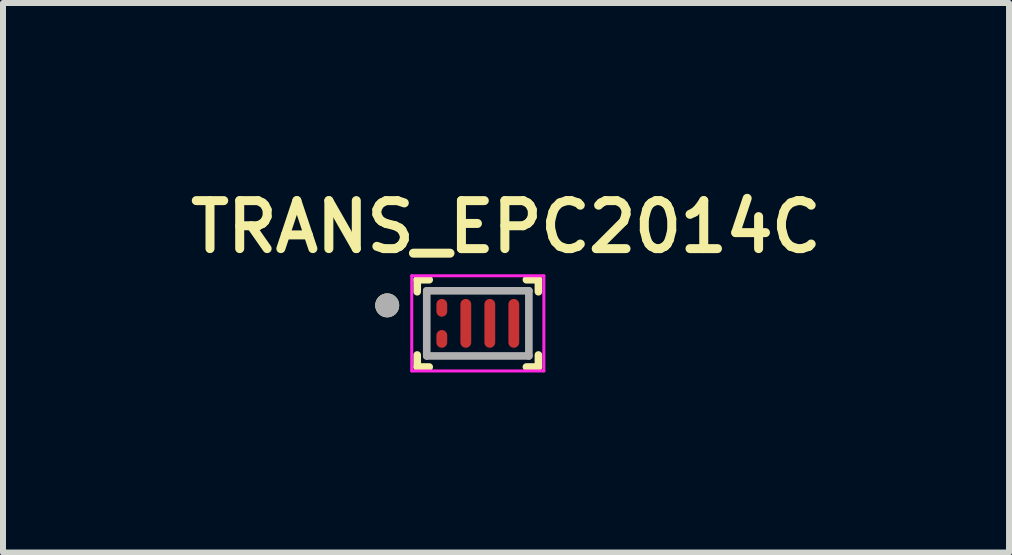
<source format=kicad_pcb>
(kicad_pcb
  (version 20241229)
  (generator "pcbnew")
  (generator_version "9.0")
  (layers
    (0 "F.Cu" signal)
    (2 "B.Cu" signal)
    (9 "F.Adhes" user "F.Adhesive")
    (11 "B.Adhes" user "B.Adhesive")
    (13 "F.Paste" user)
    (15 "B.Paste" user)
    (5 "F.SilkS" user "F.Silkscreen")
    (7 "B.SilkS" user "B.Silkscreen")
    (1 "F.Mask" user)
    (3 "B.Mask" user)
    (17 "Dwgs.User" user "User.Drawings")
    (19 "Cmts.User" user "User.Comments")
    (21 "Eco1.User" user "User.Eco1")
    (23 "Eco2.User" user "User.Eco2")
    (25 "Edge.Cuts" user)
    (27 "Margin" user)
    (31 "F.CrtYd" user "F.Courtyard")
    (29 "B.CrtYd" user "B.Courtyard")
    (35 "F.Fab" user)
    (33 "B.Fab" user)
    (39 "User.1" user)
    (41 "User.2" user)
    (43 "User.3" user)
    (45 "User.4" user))
  (footprint "TRANS_EPC2014C"
    (layer "F.Cu")
    (at 4.913 2.339)
    (property "Reference" "TRANS_EPC2014C" (at 0.47 -1.608 0) (layer "F.SilkS") (effects (font (size 0.8 0.8) (thickness 0.15))))
    (attr smd)
    (fp_poly (pts (xy -0.69 -0.199) (xy -0.69 -0.319) (xy -0.69 -0.328) (xy -0.688 -0.338) (xy -0.686 -0.347) (xy -0.682 -0.356) (xy -0.678 -0.364) (xy -0.673 -0.372) (xy -0.667 -0.379) (xy -0.66 -0.386) (xy -0.653 -0.392) (xy -0.645 -0.397) (xy -0.637 -0.401) (xy -0.628 -0.405) (xy -0.619 -0.407) (xy -0.609 -0.409) (xy -0.6 -0.409) (xy -0.591 -0.409) (xy -0.581 -0.407) (xy -0.572 -0.405) (xy -0.563 -0.401) (xy -0.555 -0.397) (xy -0.547 -0.392) (xy -0.54 -0.386) (xy -0.533 -0.379) (xy -0.527 -0.372) (xy -0.522 -0.364) (xy -0.518 -0.356) (xy -0.514 -0.347) (xy -0.512 -0.338) (xy -0.51 -0.328) (xy -0.51 -0.319) (xy -0.51 -0.199) (xy -0.51 -0.19) (xy -0.512 -0.18) (xy -0.514 -0.171) (xy -0.518 -0.162) (xy -0.522 -0.154) (xy -0.527 -0.146) (xy -0.533 -0.139) (xy -0.54 -0.132) (xy -0.547 -0.126) (xy -0.555 -0.121) (xy -0.563 -0.117) (xy -0.572 -0.113) (xy -0.581 -0.111) (xy -0.591 -0.109) (xy -0.6 -0.109) (xy -0.609 -0.109) (xy -0.619 -0.111) (xy -0.628 -0.113) (xy -0.637 -0.117) (xy -0.645 -0.121) (xy -0.653 -0.126) (xy -0.66 -0.132) (xy -0.667 -0.139) (xy -0.673 -0.146) (xy -0.678 -0.154) (xy -0.682 -0.162) (xy -0.686 -0.171) (xy -0.688 -0.18) (xy -0.69 -0.19) (xy -0.69 -0.199)) (stroke (width 0.0001) (type solid)) (fill yes) (layer "F.Mask"))
    (fp_poly (pts (xy -0.69 0.319) (xy -0.69 0.199) (xy -0.69 0.19) (xy -0.688 0.18) (xy -0.686 0.171) (xy -0.682 0.162) (xy -0.678 0.154) (xy -0.673 0.146) (xy -0.667 0.139) (xy -0.66 0.132) (xy -0.653 0.126) (xy -0.645 0.121) (xy -0.637 0.117) (xy -0.628 0.113) (xy -0.619 0.111) (xy -0.609 0.109) (xy -0.6 0.109) (xy -0.591 0.109) (xy -0.581 0.111) (xy -0.572 0.113) (xy -0.563 0.117) (xy -0.555 0.121) (xy -0.547 0.126) (xy -0.54 0.132) (xy -0.533 0.139) (xy -0.527 0.146) (xy -0.522 0.154) (xy -0.518 0.162) (xy -0.514 0.171) (xy -0.512 0.18) (xy -0.51 0.19) (xy -0.51 0.199) (xy -0.51 0.319) (xy -0.51 0.328) (xy -0.512 0.338) (xy -0.514 0.347) (xy -0.518 0.356) (xy -0.522 0.364) (xy -0.527 0.372) (xy -0.533 0.379) (xy -0.54 0.386) (xy -0.547 0.392) (xy -0.555 0.397) (xy -0.563 0.401) (xy -0.572 0.405) (xy -0.581 0.407) (xy -0.591 0.409) (xy -0.6 0.409) (xy -0.609 0.409) (xy -0.619 0.407) (xy -0.628 0.405) (xy -0.637 0.401) (xy -0.645 0.397) (xy -0.653 0.392) (xy -0.66 0.386) (xy -0.667 0.379) (xy -0.673 0.372) (xy -0.678 0.364) (xy -0.682 0.356) (xy -0.686 0.347) (xy -0.688 0.338) (xy -0.69 0.328) (xy -0.69 0.319)) (stroke (width 0.0001) (type solid)) (fill yes) (layer "F.Mask"))
    (fp_poly (pts (xy -0.29 0.32) (xy -0.29 -0.32) (xy -0.289 -0.329) (xy -0.287 -0.339) (xy -0.285 -0.348) (xy -0.281 -0.356) (xy -0.277 -0.364) (xy -0.271 -0.372) (xy -0.265 -0.379) (xy -0.258 -0.386) (xy -0.251 -0.391) (xy -0.243 -0.396) (xy -0.234 -0.4) (xy -0.225 -0.403) (xy -0.216 -0.405) (xy -0.207 -0.407) (xy -0.198 -0.407) (xy -0.188 -0.406) (xy -0.179 -0.405) (xy -0.17 -0.402) (xy -0.161 -0.398) (xy -0.153 -0.394) (xy -0.145 -0.389) (xy -0.138 -0.383) (xy -0.132 -0.376) (xy -0.126 -0.368) (xy -0.121 -0.36) (xy -0.117 -0.352) (xy -0.114 -0.343) (xy -0.112 -0.334) (xy -0.11 -0.325) (xy -0.11 -0.315) (xy -0.11 0.32) (xy -0.111 0.329) (xy -0.112 0.338) (xy -0.115 0.347) (xy -0.118 0.355) (xy -0.123 0.364) (xy -0.128 0.371) (xy -0.134 0.379) (xy -0.14 0.385) (xy -0.148 0.391) (xy -0.155 0.396) (xy -0.164 0.4) (xy -0.172 0.404) (xy -0.181 0.406) (xy -0.191 0.407) (xy -0.2 0.408) (xy -0.209 0.407) (xy -0.219 0.406) (xy -0.228 0.404) (xy -0.236 0.4) (xy -0.245 0.396) (xy -0.252 0.391) (xy -0.26 0.385) (xy -0.266 0.379) (xy -0.272 0.371) (xy -0.277 0.364) (xy -0.282 0.355) (xy -0.285 0.347) (xy -0.288 0.338) (xy -0.289 0.329) (xy -0.29 0.32)) (stroke (width 0.0001) (type solid)) (fill yes) (layer "F.Mask"))
    (fp_poly (pts (xy 0.11 0.32) (xy 0.11 -0.32) (xy 0.111 -0.329) (xy 0.113 -0.339) (xy 0.115 -0.348) (xy 0.119 -0.356) (xy 0.123 -0.364) (xy 0.129 -0.372) (xy 0.135 -0.379) (xy 0.142 -0.386) (xy 0.149 -0.391) (xy 0.157 -0.396) (xy 0.166 -0.4) (xy 0.175 -0.403) (xy 0.184 -0.405) (xy 0.193 -0.407) (xy 0.202 -0.407) (xy 0.212 -0.406) (xy 0.221 -0.405) (xy 0.23 -0.402) (xy 0.239 -0.398) (xy 0.247 -0.394) (xy 0.255 -0.389) (xy 0.262 -0.383) (xy 0.268 -0.376) (xy 0.274 -0.368) (xy 0.279 -0.36) (xy 0.283 -0.352) (xy 0.286 -0.343) (xy 0.288 -0.334) (xy 0.29 -0.325) (xy 0.29 -0.315) (xy 0.29 0.32) (xy 0.289 0.329) (xy 0.288 0.338) (xy 0.285 0.347) (xy 0.282 0.355) (xy 0.277 0.364) (xy 0.272 0.371) (xy 0.266 0.379) (xy 0.26 0.385) (xy 0.252 0.391) (xy 0.245 0.396) (xy 0.236 0.4) (xy 0.228 0.404) (xy 0.219 0.406) (xy 0.209 0.407) (xy 0.2 0.408) (xy 0.191 0.407) (xy 0.181 0.406) (xy 0.172 0.404) (xy 0.164 0.4) (xy 0.155 0.396) (xy 0.148 0.391) (xy 0.14 0.385) (xy 0.134 0.379) (xy 0.128 0.371) (xy 0.123 0.364) (xy 0.118 0.355) (xy 0.115 0.347) (xy 0.112 0.338) (xy 0.111 0.329) (xy 0.11 0.32)) (stroke (width 0.0001) (type solid)) (fill yes) (layer "F.Mask"))
    (fp_poly (pts (xy 0.51 0.32) (xy 0.51 -0.32) (xy 0.511 -0.329) (xy 0.513 -0.339) (xy 0.515 -0.348) (xy 0.519 -0.356) (xy 0.523 -0.364) (xy 0.529 -0.372) (xy 0.535 -0.379) (xy 0.542 -0.386) (xy 0.549 -0.391) (xy 0.557 -0.396) (xy 0.566 -0.4) (xy 0.575 -0.403) (xy 0.584 -0.405) (xy 0.593 -0.407) (xy 0.602 -0.407) (xy 0.612 -0.406) (xy 0.621 -0.405) (xy 0.63 -0.402) (xy 0.639 -0.398) (xy 0.647 -0.394) (xy 0.655 -0.389) (xy 0.662 -0.383) (xy 0.668 -0.376) (xy 0.674 -0.368) (xy 0.679 -0.36) (xy 0.683 -0.352) (xy 0.686 -0.343) (xy 0.688 -0.334) (xy 0.69 -0.325) (xy 0.69 -0.315) (xy 0.69 0.32) (xy 0.689 0.329) (xy 0.688 0.338) (xy 0.685 0.347) (xy 0.682 0.355) (xy 0.677 0.364) (xy 0.672 0.371) (xy 0.666 0.379) (xy 0.66 0.385) (xy 0.652 0.391) (xy 0.645 0.396) (xy 0.636 0.4) (xy 0.628 0.404) (xy 0.619 0.406) (xy 0.609 0.407) (xy 0.6 0.408) (xy 0.591 0.407) (xy 0.581 0.406) (xy 0.572 0.404) (xy 0.564 0.4) (xy 0.555 0.396) (xy 0.548 0.391) (xy 0.54 0.385) (xy 0.534 0.379) (xy 0.528 0.371) (xy 0.523 0.364) (xy 0.518 0.355) (xy 0.515 0.347) (xy 0.512 0.338) (xy 0.511 0.329) (xy 0.51 0.32)) (stroke (width 0.0001) (type solid)) (fill yes) (layer "F.Mask"))
    (fp_line (start -1.01 -0.727) (end -0.81 -0.727) (stroke (width 0.127) (type solid)) (layer "F.SilkS"))
    (fp_line (start -1.01 -0.527) (end -1.01 -0.727) (stroke (width 0.127) (type solid)) (layer "F.SilkS"))
    (fp_line (start -1.01 0.527) (end -1.01 0.727) (stroke (width 0.127) (type solid)) (layer "F.SilkS"))
    (fp_line (start -1.01 0.727) (end -0.81 0.727) (stroke (width 0.127) (type solid)) (layer "F.SilkS"))
    (fp_line (start 1.01 -0.727) (end 0.81 -0.727) (stroke (width 0.127) (type solid)) (layer "F.SilkS"))
    (fp_line (start 1.01 -0.527) (end 1.01 -0.727) (stroke (width 0.127) (type solid)) (layer "F.SilkS"))
    (fp_line (start 1.01 0.527) (end 1.01 0.727) (stroke (width 0.127) (type solid)) (layer "F.SilkS"))
    (fp_line (start 1.01 0.727) (end 0.81 0.727) (stroke (width 0.127) (type solid)) (layer "F.SilkS"))
    (fp_circle (center -1.51 -0.3) (end -1.41 -0.3) (stroke (width 0.2) (type solid)) (fill no) (layer "F.SilkS"))
    (fp_poly (pts (xy -0.69 -0.347) (xy -0.69 -0.35) (xy -0.69 -0.353) (xy -0.689 -0.356) (xy -0.689 -0.359) (xy -0.688 -0.363) (xy -0.687 -0.366) (xy -0.686 -0.369) (xy -0.685 -0.371) (xy -0.683 -0.374) (xy -0.682 -0.377) (xy -0.68 -0.38) (xy -0.679 -0.382) (xy -0.677 -0.385) (xy -0.675 -0.387) (xy -0.672 -0.389) (xy -0.67 -0.392) (xy -0.668 -0.394) (xy -0.665 -0.396) (xy -0.663 -0.397) (xy -0.66 -0.399) (xy -0.657 -0.4) (xy -0.654 -0.402) (xy -0.652 -0.403) (xy -0.649 -0.404) (xy -0.646 -0.405) (xy -0.642 -0.406) (xy -0.639 -0.406) (xy -0.636 -0.407) (xy -0.633 -0.407) (xy -0.63 -0.407) (xy -0.57 -0.407) (xy -0.567 -0.407) (xy -0.564 -0.407) (xy -0.561 -0.406) (xy -0.558 -0.406) (xy -0.554 -0.405) (xy -0.551 -0.404) (xy -0.548 -0.403) (xy -0.546 -0.402) (xy -0.543 -0.4) (xy -0.54 -0.399) (xy -0.537 -0.397) (xy -0.535 -0.396) (xy -0.532 -0.394) (xy -0.53 -0.392) (xy -0.528 -0.389) (xy -0.525 -0.387) (xy -0.523 -0.385) (xy -0.521 -0.382) (xy -0.52 -0.38) (xy -0.518 -0.377) (xy -0.517 -0.374) (xy -0.515 -0.371) (xy -0.514 -0.369) (xy -0.513 -0.366) (xy -0.512 -0.363) (xy -0.511 -0.359) (xy -0.511 -0.356) (xy -0.51 -0.353) (xy -0.51 -0.35) (xy -0.51 -0.347) (xy -0.51 -0.171) (xy -0.51 -0.168) (xy -0.51 -0.165) (xy -0.511 -0.162) (xy -0.511 -0.159) (xy -0.512 -0.155) (xy -0.513 -0.152) (xy -0.514 -0.149) (xy -0.515 -0.147) (xy -0.517 -0.144) (xy -0.518 -0.141) (xy -0.52 -0.138) (xy -0.521 -0.136) (xy -0.523 -0.133) (xy -0.525 -0.131) (xy -0.528 -0.129) (xy -0.53 -0.126) (xy -0.532 -0.124) (xy -0.535 -0.122) (xy -0.537 -0.121) (xy -0.54 -0.119) (xy -0.543 -0.118) (xy -0.546 -0.116) (xy -0.548 -0.115) (xy -0.551 -0.114) (xy -0.554 -0.113) (xy -0.558 -0.112) (xy -0.561 -0.112) (xy -0.564 -0.111) (xy -0.567 -0.111) (xy -0.57 -0.111) (xy -0.63 -0.111) (xy -0.633 -0.111) (xy -0.636 -0.111) (xy -0.639 -0.112) (xy -0.642 -0.112) (xy -0.646 -0.113) (xy -0.649 -0.114) (xy -0.652 -0.115) (xy -0.654 -0.116) (xy -0.657 -0.118) (xy -0.66 -0.119) (xy -0.663 -0.121) (xy -0.665 -0.122) (xy -0.668 -0.124) (xy -0.67 -0.126) (xy -0.672 -0.129) (xy -0.675 -0.131) (xy -0.677 -0.133) (xy -0.679 -0.136) (xy -0.68 -0.138) (xy -0.682 -0.141) (xy -0.683 -0.144) (xy -0.685 -0.147) (xy -0.686 -0.149) (xy -0.687 -0.152) (xy -0.688 -0.155) (xy -0.689 -0.159) (xy -0.689 -0.162) (xy -0.69 -0.165) (xy -0.69 -0.168) (xy -0.69 -0.171) (xy -0.69 -0.347)) (stroke (width 0.0001) (type solid)) (fill yes) (layer "F.Paste"))
    (fp_poly (pts (xy -0.69 0.171) (xy -0.69 0.168) (xy -0.69 0.165) (xy -0.689 0.162) (xy -0.689 0.159) (xy -0.688 0.155) (xy -0.687 0.152) (xy -0.686 0.149) (xy -0.685 0.147) (xy -0.683 0.144) (xy -0.682 0.141) (xy -0.68 0.138) (xy -0.679 0.136) (xy -0.677 0.133) (xy -0.675 0.131) (xy -0.672 0.129) (xy -0.67 0.126) (xy -0.668 0.124) (xy -0.665 0.122) (xy -0.663 0.121) (xy -0.66 0.119) (xy -0.657 0.118) (xy -0.654 0.116) (xy -0.652 0.115) (xy -0.649 0.114) (xy -0.646 0.113) (xy -0.642 0.112) (xy -0.639 0.112) (xy -0.636 0.111) (xy -0.633 0.111) (xy -0.63 0.111) (xy -0.57 0.111) (xy -0.567 0.111) (xy -0.564 0.111) (xy -0.561 0.112) (xy -0.558 0.112) (xy -0.554 0.113) (xy -0.551 0.114) (xy -0.548 0.115) (xy -0.546 0.116) (xy -0.543 0.118) (xy -0.54 0.119) (xy -0.537 0.121) (xy -0.535 0.122) (xy -0.532 0.124) (xy -0.53 0.126) (xy -0.528 0.129) (xy -0.525 0.131) (xy -0.523 0.133) (xy -0.521 0.136) (xy -0.52 0.138) (xy -0.518 0.141) (xy -0.517 0.144) (xy -0.515 0.147) (xy -0.514 0.149) (xy -0.513 0.152) (xy -0.512 0.155) (xy -0.511 0.159) (xy -0.511 0.162) (xy -0.51 0.165) (xy -0.51 0.168) (xy -0.51 0.171) (xy -0.51 0.347) (xy -0.51 0.35) (xy -0.51 0.353) (xy -0.511 0.356) (xy -0.511 0.359) (xy -0.512 0.363) (xy -0.513 0.366) (xy -0.514 0.369) (xy -0.515 0.371) (xy -0.517 0.374) (xy -0.518 0.377) (xy -0.52 0.38) (xy -0.521 0.382) (xy -0.523 0.385) (xy -0.525 0.387) (xy -0.528 0.389) (xy -0.53 0.392) (xy -0.532 0.394) (xy -0.535 0.396) (xy -0.537 0.397) (xy -0.54 0.399) (xy -0.543 0.4) (xy -0.546 0.402) (xy -0.548 0.403) (xy -0.551 0.404) (xy -0.554 0.405) (xy -0.558 0.406) (xy -0.561 0.406) (xy -0.564 0.407) (xy -0.567 0.407) (xy -0.57 0.407) (xy -0.63 0.407) (xy -0.633 0.407) (xy -0.636 0.407) (xy -0.639 0.406) (xy -0.642 0.406) (xy -0.646 0.405) (xy -0.649 0.404) (xy -0.652 0.403) (xy -0.654 0.402) (xy -0.657 0.4) (xy -0.66 0.399) (xy -0.663 0.397) (xy -0.665 0.396) (xy -0.668 0.394) (xy -0.67 0.392) (xy -0.672 0.389) (xy -0.675 0.387) (xy -0.677 0.385) (xy -0.679 0.382) (xy -0.68 0.38) (xy -0.682 0.377) (xy -0.683 0.374) (xy -0.685 0.371) (xy -0.686 0.369) (xy -0.687 0.366) (xy -0.688 0.363) (xy -0.689 0.359) (xy -0.689 0.356) (xy -0.69 0.353) (xy -0.69 0.35) (xy -0.69 0.347) (xy -0.69 0.171)) (stroke (width 0.0001) (type solid)) (fill yes) (layer "F.Paste"))
    (fp_poly (pts (xy -0.29 -0.347) (xy -0.29 -0.35) (xy -0.29 -0.353) (xy -0.289 -0.356) (xy -0.289 -0.359) (xy -0.288 -0.363) (xy -0.287 -0.366) (xy -0.286 -0.369) (xy -0.285 -0.371) (xy -0.283 -0.374) (xy -0.282 -0.377) (xy -0.28 -0.38) (xy -0.279 -0.382) (xy -0.277 -0.385) (xy -0.275 -0.387) (xy -0.272 -0.389) (xy -0.27 -0.392) (xy -0.268 -0.394) (xy -0.265 -0.396) (xy -0.263 -0.397) (xy -0.26 -0.399) (xy -0.257 -0.4) (xy -0.254 -0.402) (xy -0.252 -0.403) (xy -0.249 -0.404) (xy -0.246 -0.405) (xy -0.242 -0.406) (xy -0.239 -0.406) (xy -0.236 -0.407) (xy -0.233 -0.407) (xy -0.23 -0.407) (xy -0.17 -0.407) (xy -0.167 -0.407) (xy -0.164 -0.407) (xy -0.161 -0.406) (xy -0.158 -0.406) (xy -0.154 -0.405) (xy -0.151 -0.404) (xy -0.148 -0.403) (xy -0.146 -0.402) (xy -0.143 -0.4) (xy -0.14 -0.399) (xy -0.137 -0.397) (xy -0.135 -0.396) (xy -0.132 -0.394) (xy -0.13 -0.392) (xy -0.128 -0.389) (xy -0.125 -0.387) (xy -0.123 -0.385) (xy -0.121 -0.382) (xy -0.12 -0.38) (xy -0.118 -0.377) (xy -0.117 -0.374) (xy -0.115 -0.371) (xy -0.114 -0.369) (xy -0.113 -0.366) (xy -0.112 -0.363) (xy -0.111 -0.359) (xy -0.111 -0.356) (xy -0.11 -0.353) (xy -0.11 -0.35) (xy -0.11 -0.347) (xy -0.11 0.347) (xy -0.11 0.35) (xy -0.11 0.353) (xy -0.111 0.356) (xy -0.111 0.359) (xy -0.112 0.363) (xy -0.113 0.366) (xy -0.114 0.369) (xy -0.115 0.371) (xy -0.117 0.374) (xy -0.118 0.377) (xy -0.12 0.38) (xy -0.121 0.382) (xy -0.123 0.385) (xy -0.125 0.387) (xy -0.128 0.389) (xy -0.13 0.392) (xy -0.132 0.394) (xy -0.135 0.396) (xy -0.137 0.397) (xy -0.14 0.399) (xy -0.143 0.4) (xy -0.146 0.402) (xy -0.148 0.403) (xy -0.151 0.404) (xy -0.154 0.405) (xy -0.158 0.406) (xy -0.161 0.406) (xy -0.164 0.407) (xy -0.167 0.407) (xy -0.17 0.407) (xy -0.23 0.407) (xy -0.233 0.407) (xy -0.236 0.407) (xy -0.239 0.406) (xy -0.242 0.406) (xy -0.246 0.405) (xy -0.249 0.404) (xy -0.252 0.403) (xy -0.254 0.402) (xy -0.257 0.4) (xy -0.26 0.399) (xy -0.263 0.397) (xy -0.265 0.396) (xy -0.268 0.394) (xy -0.27 0.392) (xy -0.272 0.389) (xy -0.275 0.387) (xy -0.277 0.385) (xy -0.279 0.382) (xy -0.28 0.38) (xy -0.282 0.377) (xy -0.283 0.374) (xy -0.285 0.371) (xy -0.286 0.369) (xy -0.287 0.366) (xy -0.288 0.363) (xy -0.289 0.359) (xy -0.289 0.356) (xy -0.29 0.353) (xy -0.29 0.35) (xy -0.29 0.347) (xy -0.29 -0.347)) (stroke (width 0.0001) (type solid)) (fill yes) (layer "F.Paste"))
    (fp_poly (pts (xy 0.11 -0.347) (xy 0.11 -0.35) (xy 0.11 -0.353) (xy 0.111 -0.356) (xy 0.111 -0.359) (xy 0.112 -0.363) (xy 0.113 -0.366) (xy 0.114 -0.369) (xy 0.115 -0.371) (xy 0.117 -0.374) (xy 0.118 -0.377) (xy 0.12 -0.38) (xy 0.121 -0.382) (xy 0.123 -0.385) (xy 0.125 -0.387) (xy 0.128 -0.389) (xy 0.13 -0.392) (xy 0.132 -0.394) (xy 0.135 -0.396) (xy 0.137 -0.397) (xy 0.14 -0.399) (xy 0.143 -0.4) (xy 0.146 -0.402) (xy 0.148 -0.403) (xy 0.151 -0.404) (xy 0.154 -0.405) (xy 0.158 -0.406) (xy 0.161 -0.406) (xy 0.164 -0.407) (xy 0.167 -0.407) (xy 0.17 -0.407) (xy 0.23 -0.407) (xy 0.233 -0.407) (xy 0.236 -0.407) (xy 0.239 -0.406) (xy 0.242 -0.406) (xy 0.246 -0.405) (xy 0.249 -0.404) (xy 0.252 -0.403) (xy 0.254 -0.402) (xy 0.257 -0.4) (xy 0.26 -0.399) (xy 0.263 -0.397) (xy 0.265 -0.396) (xy 0.268 -0.394) (xy 0.27 -0.392) (xy 0.272 -0.389) (xy 0.275 -0.387) (xy 0.277 -0.385) (xy 0.279 -0.382) (xy 0.28 -0.38) (xy 0.282 -0.377) (xy 0.283 -0.374) (xy 0.285 -0.371) (xy 0.286 -0.369) (xy 0.287 -0.366) (xy 0.288 -0.363) (xy 0.289 -0.359) (xy 0.289 -0.356) (xy 0.29 -0.353) (xy 0.29 -0.35) (xy 0.29 -0.347) (xy 0.29 0.347) (xy 0.29 0.35) (xy 0.29 0.353) (xy 0.289 0.356) (xy 0.289 0.359) (xy 0.288 0.363) (xy 0.287 0.366) (xy 0.286 0.369) (xy 0.285 0.371) (xy 0.283 0.374) (xy 0.282 0.377) (xy 0.28 0.38) (xy 0.279 0.382) (xy 0.277 0.385) (xy 0.275 0.387) (xy 0.272 0.389) (xy 0.27 0.392) (xy 0.268 0.394) (xy 0.265 0.396) (xy 0.263 0.397) (xy 0.26 0.399) (xy 0.257 0.4) (xy 0.254 0.402) (xy 0.252 0.403) (xy 0.249 0.404) (xy 0.246 0.405) (xy 0.242 0.406) (xy 0.239 0.406) (xy 0.236 0.407) (xy 0.233 0.407) (xy 0.23 0.407) (xy 0.17 0.407) (xy 0.167 0.407) (xy 0.164 0.407) (xy 0.161 0.406) (xy 0.158 0.406) (xy 0.154 0.405) (xy 0.151 0.404) (xy 0.148 0.403) (xy 0.146 0.402) (xy 0.143 0.4) (xy 0.14 0.399) (xy 0.137 0.397) (xy 0.135 0.396) (xy 0.132 0.394) (xy 0.13 0.392) (xy 0.128 0.389) (xy 0.125 0.387) (xy 0.123 0.385) (xy 0.121 0.382) (xy 0.12 0.38) (xy 0.118 0.377) (xy 0.117 0.374) (xy 0.115 0.371) (xy 0.114 0.369) (xy 0.113 0.366) (xy 0.112 0.363) (xy 0.111 0.359) (xy 0.111 0.356) (xy 0.11 0.353) (xy 0.11 0.35) (xy 0.11 0.347) (xy 0.11 -0.347)) (stroke (width 0.0001) (type solid)) (fill yes) (layer "F.Paste"))
    (fp_poly (pts (xy 0.51 -0.347) (xy 0.51 -0.35) (xy 0.51 -0.353) (xy 0.511 -0.356) (xy 0.511 -0.359) (xy 0.512 -0.363) (xy 0.513 -0.366) (xy 0.514 -0.369) (xy 0.515 -0.371) (xy 0.517 -0.374) (xy 0.518 -0.377) (xy 0.52 -0.38) (xy 0.521 -0.382) (xy 0.523 -0.385) (xy 0.525 -0.387) (xy 0.528 -0.389) (xy 0.53 -0.392) (xy 0.532 -0.394) (xy 0.535 -0.396) (xy 0.537 -0.397) (xy 0.54 -0.399) (xy 0.543 -0.4) (xy 0.546 -0.402) (xy 0.548 -0.403) (xy 0.551 -0.404) (xy 0.554 -0.405) (xy 0.558 -0.406) (xy 0.561 -0.406) (xy 0.564 -0.407) (xy 0.567 -0.407) (xy 0.57 -0.407) (xy 0.63 -0.407) (xy 0.633 -0.407) (xy 0.636 -0.407) (xy 0.639 -0.406) (xy 0.642 -0.406) (xy 0.646 -0.405) (xy 0.649 -0.404) (xy 0.652 -0.403) (xy 0.654 -0.402) (xy 0.657 -0.4) (xy 0.66 -0.399) (xy 0.663 -0.397) (xy 0.665 -0.396) (xy 0.668 -0.394) (xy 0.67 -0.392) (xy 0.672 -0.389) (xy 0.675 -0.387) (xy 0.677 -0.385) (xy 0.679 -0.382) (xy 0.68 -0.38) (xy 0.682 -0.377) (xy 0.683 -0.374) (xy 0.685 -0.371) (xy 0.686 -0.369) (xy 0.687 -0.366) (xy 0.688 -0.363) (xy 0.689 -0.359) (xy 0.689 -0.356) (xy 0.69 -0.353) (xy 0.69 -0.35) (xy 0.69 -0.347) (xy 0.69 0.347) (xy 0.69 0.35) (xy 0.69 0.353) (xy 0.689 0.356) (xy 0.689 0.359) (xy 0.688 0.363) (xy 0.687 0.366) (xy 0.686 0.369) (xy 0.685 0.371) (xy 0.683 0.374) (xy 0.682 0.377) (xy 0.68 0.38) (xy 0.679 0.382) (xy 0.677 0.385) (xy 0.675 0.387) (xy 0.672 0.389) (xy 0.67 0.392) (xy 0.668 0.394) (xy 0.665 0.396) (xy 0.663 0.397) (xy 0.66 0.399) (xy 0.657 0.4) (xy 0.654 0.402) (xy 0.652 0.403) (xy 0.649 0.404) (xy 0.646 0.405) (xy 0.642 0.406) (xy 0.639 0.406) (xy 0.636 0.407) (xy 0.633 0.407) (xy 0.63 0.407) (xy 0.57 0.407) (xy 0.567 0.407) (xy 0.564 0.407) (xy 0.561 0.406) (xy 0.558 0.406) (xy 0.554 0.405) (xy 0.551 0.404) (xy 0.548 0.403) (xy 0.546 0.402) (xy 0.543 0.4) (xy 0.54 0.399) (xy 0.537 0.397) (xy 0.535 0.396) (xy 0.532 0.394) (xy 0.53 0.392) (xy 0.528 0.389) (xy 0.525 0.387) (xy 0.523 0.385) (xy 0.521 0.382) (xy 0.52 0.38) (xy 0.518 0.377) (xy 0.517 0.374) (xy 0.515 0.371) (xy 0.514 0.369) (xy 0.513 0.366) (xy 0.512 0.363) (xy 0.511 0.359) (xy 0.511 0.356) (xy 0.51 0.353) (xy 0.51 0.35) (xy 0.51 0.347) (xy 0.51 -0.347)) (stroke (width 0.0001) (type solid)) (fill yes) (layer "F.Paste"))
    (fp_line (start -1.101 -0.793) (end -1.101 0.793) (stroke (width 0.05) (type solid)) (layer "F.CrtYd"))
    (fp_line (start -1.101 0.793) (end 1.101 0.793) (stroke (width 0.05) (type solid)) (layer "F.CrtYd"))
    (fp_line (start 1.101 -0.793) (end -1.101 -0.793) (stroke (width 0.05) (type solid)) (layer "F.CrtYd"))
    (fp_line (start 1.101 0.793) (end 1.101 -0.793) (stroke (width 0.05) (type solid)) (layer "F.CrtYd"))
    (fp_line (start -0.851 -0.543) (end -0.851 0.543) (stroke (width 0.127) (type solid)) (layer "F.Fab"))
    (fp_line (start -0.851 0.543) (end 0.851 0.543) (stroke (width 0.127) (type solid)) (layer "F.Fab"))
    (fp_line (start 0.851 -0.543) (end -0.851 -0.543) (stroke (width 0.127) (type solid)) (layer "F.Fab"))
    (fp_line (start 0.851 0.543) (end 0.851 -0.543) (stroke (width 0.127) (type solid)) (layer "F.Fab"))
    (fp_circle (center -1.51 -0.3) (end -1.41 -0.3) (stroke (width 0.2) (type solid)) (fill no) (layer "F.Fab"))
    (pad "1" smd oval (at -0.6 -0.259) (size 0.18 0.296) (layers "F.Cu"))
    (pad "2" smd oval (at -0.6 0.259) (size 0.18 0.296) (layers "F.Cu"))
    (pad "3" smd oval (at -0.2 0) (size 0.18 0.814) (layers "F.Cu"))
    (pad "4" smd oval (at 0.2 0) (size 0.18 0.814) (layers "F.Cu"))
    (pad "5" smd oval (at 0.6 0) (size 0.18 0.814) (layers "F.Cu")))
  (gr_rect
    (start -3 -3)
    (end 13.766 6.158)
    (stroke (width 0.1) (type default))
    (fill no)
    (layer "Edge.Cuts")))
</source>
